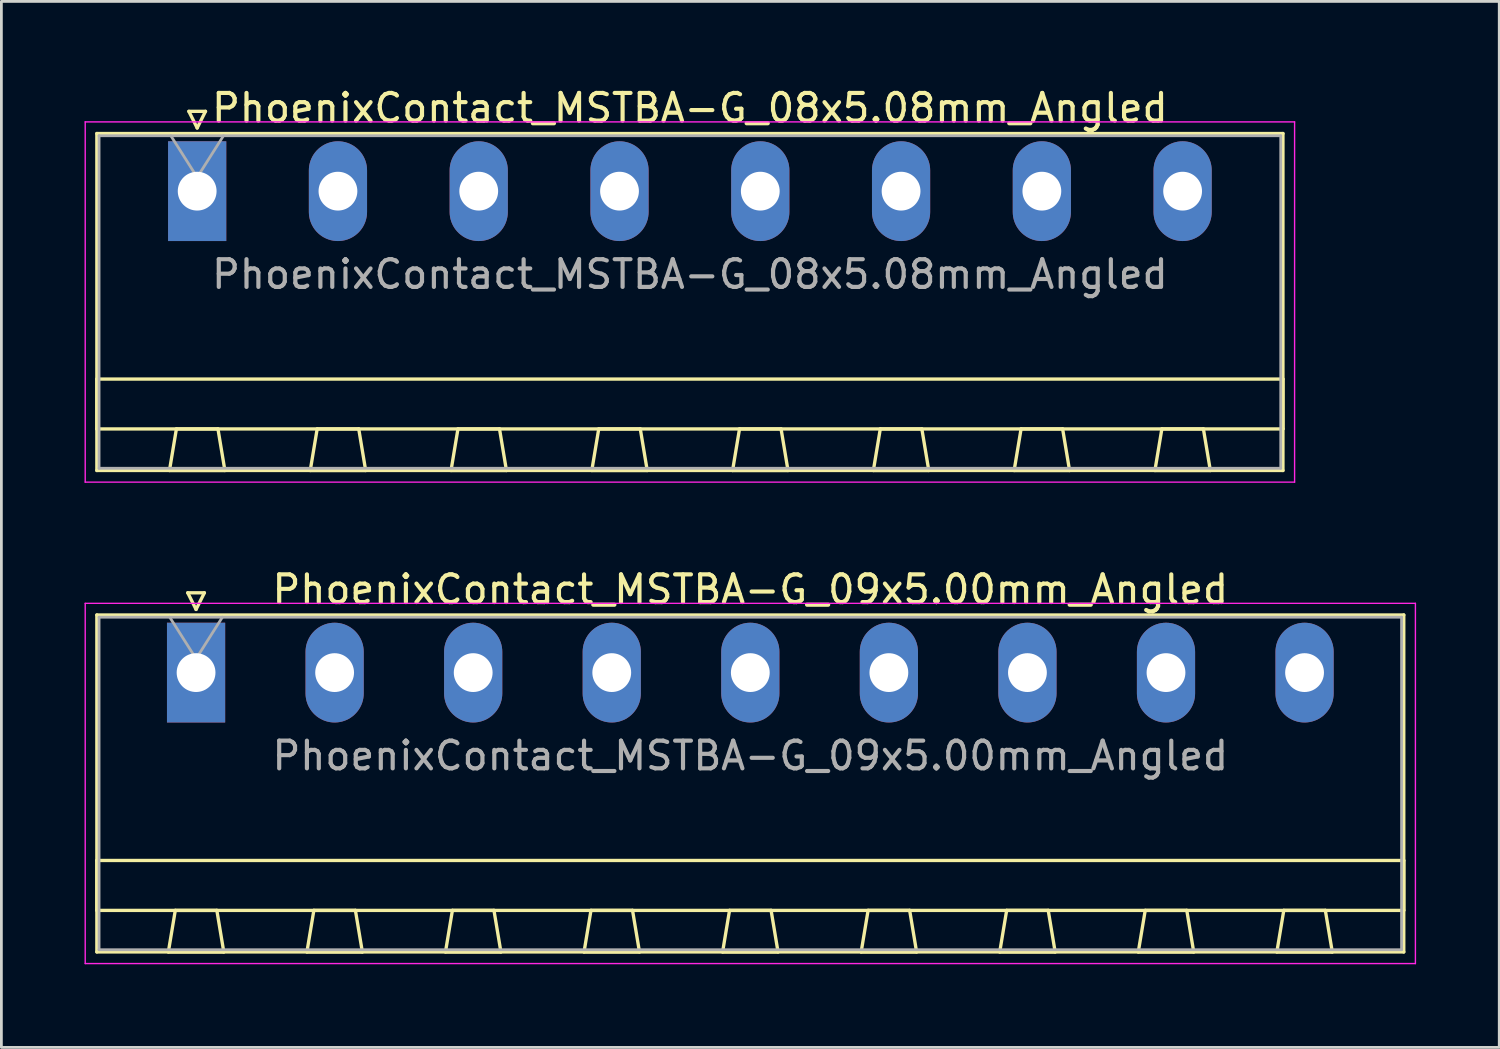
<source format=kicad_pcb>
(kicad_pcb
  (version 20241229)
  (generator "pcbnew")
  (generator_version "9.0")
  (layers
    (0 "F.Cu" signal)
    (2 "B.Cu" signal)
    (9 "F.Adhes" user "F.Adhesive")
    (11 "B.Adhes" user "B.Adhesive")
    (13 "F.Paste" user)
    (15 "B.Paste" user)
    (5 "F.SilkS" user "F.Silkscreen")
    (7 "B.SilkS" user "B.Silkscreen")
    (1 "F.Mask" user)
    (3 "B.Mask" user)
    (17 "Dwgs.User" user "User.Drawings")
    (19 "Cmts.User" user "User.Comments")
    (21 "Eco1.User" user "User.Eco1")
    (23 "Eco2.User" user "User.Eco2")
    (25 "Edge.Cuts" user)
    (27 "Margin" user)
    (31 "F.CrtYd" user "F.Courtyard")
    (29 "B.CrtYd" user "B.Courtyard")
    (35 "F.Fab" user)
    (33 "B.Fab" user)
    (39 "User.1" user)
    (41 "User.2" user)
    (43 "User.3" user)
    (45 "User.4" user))
  (footprint "PhoenixContact_MSTBA-G_09x5.00mm_Angled"
    (layer "F.Cu")
    (at 4.025 21.221)
    (property "Reference" "PhoenixContact_MSTBA-G_09x5.00mm_Angled" (at 20 -3 0) (layer "F.SilkS") (effects (font (size 1 1) (thickness 0.15))))
    (attr through_hole)
    (fp_line (start -3.58 -2.08) (end -3.58 10.08) (stroke (width 0.12) (type solid)) (layer "F.SilkS"))
    (fp_line (start -3.58 6.78) (end 43.58 6.78) (stroke (width 0.12) (type solid)) (layer "F.SilkS"))
    (fp_line (start -3.58 8.58) (end -3.58 6.78) (stroke (width 0.12) (type solid)) (layer "F.SilkS"))
    (fp_line (start -3.58 10.08) (end 43.58 10.08) (stroke (width 0.12) (type solid)) (layer "F.SilkS"))
    (fp_line (start -1 10.08) (end 1 10.08) (stroke (width 0.12) (type solid)) (layer "F.SilkS"))
    (fp_line (start -0.75 8.58) (end -1 10.08) (stroke (width 0.12) (type solid)) (layer "F.SilkS"))
    (fp_line (start -0.3 -2.88) (end 0.3 -2.88) (stroke (width 0.12) (type solid)) (layer "F.SilkS"))
    (fp_line (start 0 -2.28) (end -0.3 -2.88) (stroke (width 0.12) (type solid)) (layer "F.SilkS"))
    (fp_line (start 0.3 -2.88) (end 0 -2.28) (stroke (width 0.12) (type solid)) (layer "F.SilkS"))
    (fp_line (start 0.75 8.58) (end -0.75 8.58) (stroke (width 0.12) (type solid)) (layer "F.SilkS"))
    (fp_line (start 1 10.08) (end 0.75 8.58) (stroke (width 0.12) (type solid)) (layer "F.SilkS"))
    (fp_line (start 4 10.08) (end 6 10.08) (stroke (width 0.12) (type solid)) (layer "F.SilkS"))
    (fp_line (start 4.25 8.58) (end 4 10.08) (stroke (width 0.12) (type solid)) (layer "F.SilkS"))
    (fp_line (start 5.75 8.58) (end 4.25 8.58) (stroke (width 0.12) (type solid)) (layer "F.SilkS"))
    (fp_line (start 6 10.08) (end 5.75 8.58) (stroke (width 0.12) (type solid)) (layer "F.SilkS"))
    (fp_line (start 9 10.08) (end 11 10.08) (stroke (width 0.12) (type solid)) (layer "F.SilkS"))
    (fp_line (start 9.25 8.58) (end 9 10.08) (stroke (width 0.12) (type solid)) (layer "F.SilkS"))
    (fp_line (start 10.75 8.58) (end 9.25 8.58) (stroke (width 0.12) (type solid)) (layer "F.SilkS"))
    (fp_line (start 11 10.08) (end 10.75 8.58) (stroke (width 0.12) (type solid)) (layer "F.SilkS"))
    (fp_line (start 14 10.08) (end 16 10.08) (stroke (width 0.12) (type solid)) (layer "F.SilkS"))
    (fp_line (start 14.25 8.58) (end 14 10.08) (stroke (width 0.12) (type solid)) (layer "F.SilkS"))
    (fp_line (start 15.75 8.58) (end 14.25 8.58) (stroke (width 0.12) (type solid)) (layer "F.SilkS"))
    (fp_line (start 16 10.08) (end 15.75 8.58) (stroke (width 0.12) (type solid)) (layer "F.SilkS"))
    (fp_line (start 19 10.08) (end 21 10.08) (stroke (width 0.12) (type solid)) (layer "F.SilkS"))
    (fp_line (start 19.25 8.58) (end 19 10.08) (stroke (width 0.12) (type solid)) (layer "F.SilkS"))
    (fp_line (start 20.75 8.58) (end 19.25 8.58) (stroke (width 0.12) (type solid)) (layer "F.SilkS"))
    (fp_line (start 21 10.08) (end 20.75 8.58) (stroke (width 0.12) (type solid)) (layer "F.SilkS"))
    (fp_line (start 24 10.08) (end 26 10.08) (stroke (width 0.12) (type solid)) (layer "F.SilkS"))
    (fp_line (start 24.25 8.58) (end 24 10.08) (stroke (width 0.12) (type solid)) (layer "F.SilkS"))
    (fp_line (start 25.75 8.58) (end 24.25 8.58) (stroke (width 0.12) (type solid)) (layer "F.SilkS"))
    (fp_line (start 26 10.08) (end 25.75 8.58) (stroke (width 0.12) (type solid)) (layer "F.SilkS"))
    (fp_line (start 29 10.08) (end 31 10.08) (stroke (width 0.12) (type solid)) (layer "F.SilkS"))
    (fp_line (start 29.25 8.58) (end 29 10.08) (stroke (width 0.12) (type solid)) (layer "F.SilkS"))
    (fp_line (start 30.75 8.58) (end 29.25 8.58) (stroke (width 0.12) (type solid)) (layer "F.SilkS"))
    (fp_line (start 31 10.08) (end 30.75 8.58) (stroke (width 0.12) (type solid)) (layer "F.SilkS"))
    (fp_line (start 34 10.08) (end 36 10.08) (stroke (width 0.12) (type solid)) (layer "F.SilkS"))
    (fp_line (start 34.25 8.58) (end 34 10.08) (stroke (width 0.12) (type solid)) (layer "F.SilkS"))
    (fp_line (start 35.75 8.58) (end 34.25 8.58) (stroke (width 0.12) (type solid)) (layer "F.SilkS"))
    (fp_line (start 36 10.08) (end 35.75 8.58) (stroke (width 0.12) (type solid)) (layer "F.SilkS"))
    (fp_line (start 39 10.08) (end 41 10.08) (stroke (width 0.12) (type solid)) (layer "F.SilkS"))
    (fp_line (start 39.25 8.58) (end 39 10.08) (stroke (width 0.12) (type solid)) (layer "F.SilkS"))
    (fp_line (start 40.75 8.58) (end 39.25 8.58) (stroke (width 0.12) (type solid)) (layer "F.SilkS"))
    (fp_line (start 41 10.08) (end 40.75 8.58) (stroke (width 0.12) (type solid)) (layer "F.SilkS"))
    (fp_line (start 43.58 -2.08) (end -3.58 -2.08) (stroke (width 0.12) (type solid)) (layer "F.SilkS"))
    (fp_line (start 43.58 6.78) (end 43.58 8.58) (stroke (width 0.12) (type solid)) (layer "F.SilkS"))
    (fp_line (start 43.58 8.58) (end -3.58 8.58) (stroke (width 0.12) (type solid)) (layer "F.SilkS"))
    (fp_line (start 43.58 10.08) (end 43.58 -2.08) (stroke (width 0.12) (type solid)) (layer "F.SilkS"))
    (fp_line (start -4 -2.5) (end -4 10.5) (stroke (width 0.05) (type solid)) (layer "F.CrtYd"))
    (fp_line (start -4 10.5) (end 44 10.5) (stroke (width 0.05) (type solid)) (layer "F.CrtYd"))
    (fp_line (start 44 -2.5) (end -4 -2.5) (stroke (width 0.05) (type solid)) (layer "F.CrtYd"))
    (fp_line (start 44 10.5) (end 44 -2.5) (stroke (width 0.05) (type solid)) (layer "F.CrtYd"))
    (fp_line (start -3.5 -2) (end -3.5 10) (stroke (width 0.1) (type solid)) (layer "F.Fab"))
    (fp_line (start -3.5 10) (end 43.5 10) (stroke (width 0.1) (type solid)) (layer "F.Fab"))
    (fp_line (start 0 -0.5) (end -0.95 -2) (stroke (width 0.1) (type solid)) (layer "F.Fab"))
    (fp_line (start 0.95 -2) (end 0 -0.5) (stroke (width 0.1) (type solid)) (layer "F.Fab"))
    (fp_line (start 43.5 -2) (end -3.5 -2) (stroke (width 0.1) (type solid)) (layer "F.Fab"))
    (fp_line (start 43.5 10) (end 43.5 -2) (stroke (width 0.1) (type solid)) (layer "F.Fab"))
    (fp_text user "${REFERENCE}" (at 20 3 0) (layer "F.Fab") (effects (font (size 1 1) (thickness 0.15))))
    (pad "1" thru_hole rect (at 0 0) (size 2.1 3.6) (drill 1.4) (layers "*.Cu" "*.Mask"))
    (pad "2" thru_hole oval (at 5 0) (size 2.1 3.6) (drill 1.4) (layers "*.Cu" "*.Mask"))
    (pad "3" thru_hole oval (at 10 0) (size 2.1 3.6) (drill 1.4) (layers "*.Cu" "*.Mask"))
    (pad "4" thru_hole oval (at 15 0) (size 2.1 3.6) (drill 1.4) (layers "*.Cu" "*.Mask"))
    (pad "5" thru_hole oval (at 20 0) (size 2.1 3.6) (drill 1.4) (layers "*.Cu" "*.Mask"))
    (pad "6" thru_hole oval (at 25 0) (size 2.1 3.6) (drill 1.4) (layers "*.Cu" "*.Mask"))
    (pad "7" thru_hole oval (at 30 0) (size 2.1 3.6) (drill 1.4) (layers "*.Cu" "*.Mask"))
    (pad "8" thru_hole oval (at 35 0) (size 2.1 3.6) (drill 1.4) (layers "*.Cu" "*.Mask"))
    (pad "9" thru_hole oval (at 40 0) (size 2.1 3.6) (drill 1.4) (layers "*.Cu" "*.Mask")))
  (footprint "PhoenixContact_MSTBA-G_08x5.08mm_Angled"
    (layer "F.Cu")
    (at 4.065 3.848)
    (property "Reference" "PhoenixContact_MSTBA-G_08x5.08mm_Angled" (at 17.78 -3 0) (layer "F.SilkS") (effects (font (size 1 1) (thickness 0.15))))
    (attr through_hole)
    (fp_line (start -3.62 -2.08) (end -3.62 10.08) (stroke (width 0.12) (type solid)) (layer "F.SilkS"))
    (fp_line (start -3.62 6.78) (end 39.18 6.78) (stroke (width 0.12) (type solid)) (layer "F.SilkS"))
    (fp_line (start -3.62 8.58) (end -3.62 6.78) (stroke (width 0.12) (type solid)) (layer "F.SilkS"))
    (fp_line (start -3.62 10.08) (end 39.18 10.08) (stroke (width 0.12) (type solid)) (layer "F.SilkS"))
    (fp_line (start -1 10.08) (end 1 10.08) (stroke (width 0.12) (type solid)) (layer "F.SilkS"))
    (fp_line (start -0.75 8.58) (end -1 10.08) (stroke (width 0.12) (type solid)) (layer "F.SilkS"))
    (fp_line (start -0.3 -2.88) (end 0.3 -2.88) (stroke (width 0.12) (type solid)) (layer "F.SilkS"))
    (fp_line (start 0 -2.28) (end -0.3 -2.88) (stroke (width 0.12) (type solid)) (layer "F.SilkS"))
    (fp_line (start 0.3 -2.88) (end 0 -2.28) (stroke (width 0.12) (type solid)) (layer "F.SilkS"))
    (fp_line (start 0.75 8.58) (end -0.75 8.58) (stroke (width 0.12) (type solid)) (layer "F.SilkS"))
    (fp_line (start 1 10.08) (end 0.75 8.58) (stroke (width 0.12) (type solid)) (layer "F.SilkS"))
    (fp_line (start 4.08 10.08) (end 6.08 10.08) (stroke (width 0.12) (type solid)) (layer "F.SilkS"))
    (fp_line (start 4.33 8.58) (end 4.08 10.08) (stroke (width 0.12) (type solid)) (layer "F.SilkS"))
    (fp_line (start 5.83 8.58) (end 4.33 8.58) (stroke (width 0.12) (type solid)) (layer "F.SilkS"))
    (fp_line (start 6.08 10.08) (end 5.83 8.58) (stroke (width 0.12) (type solid)) (layer "F.SilkS"))
    (fp_line (start 9.16 10.08) (end 11.16 10.08) (stroke (width 0.12) (type solid)) (layer "F.SilkS"))
    (fp_line (start 9.41 8.58) (end 9.16 10.08) (stroke (width 0.12) (type solid)) (layer "F.SilkS"))
    (fp_line (start 10.91 8.58) (end 9.41 8.58) (stroke (width 0.12) (type solid)) (layer "F.SilkS"))
    (fp_line (start 11.16 10.08) (end 10.91 8.58) (stroke (width 0.12) (type solid)) (layer "F.SilkS"))
    (fp_line (start 14.24 10.08) (end 16.24 10.08) (stroke (width 0.12) (type solid)) (layer "F.SilkS"))
    (fp_line (start 14.49 8.58) (end 14.24 10.08) (stroke (width 0.12) (type solid)) (layer "F.SilkS"))
    (fp_line (start 15.99 8.58) (end 14.49 8.58) (stroke (width 0.12) (type solid)) (layer "F.SilkS"))
    (fp_line (start 16.24 10.08) (end 15.99 8.58) (stroke (width 0.12) (type solid)) (layer "F.SilkS"))
    (fp_line (start 19.32 10.08) (end 21.32 10.08) (stroke (width 0.12) (type solid)) (layer "F.SilkS"))
    (fp_line (start 19.57 8.58) (end 19.32 10.08) (stroke (width 0.12) (type solid)) (layer "F.SilkS"))
    (fp_line (start 21.07 8.58) (end 19.57 8.58) (stroke (width 0.12) (type solid)) (layer "F.SilkS"))
    (fp_line (start 21.32 10.08) (end 21.07 8.58) (stroke (width 0.12) (type solid)) (layer "F.SilkS"))
    (fp_line (start 24.4 10.08) (end 26.4 10.08) (stroke (width 0.12) (type solid)) (layer "F.SilkS"))
    (fp_line (start 24.65 8.58) (end 24.4 10.08) (stroke (width 0.12) (type solid)) (layer "F.SilkS"))
    (fp_line (start 26.15 8.58) (end 24.65 8.58) (stroke (width 0.12) (type solid)) (layer "F.SilkS"))
    (fp_line (start 26.4 10.08) (end 26.15 8.58) (stroke (width 0.12) (type solid)) (layer "F.SilkS"))
    (fp_line (start 29.48 10.08) (end 31.48 10.08) (stroke (width 0.12) (type solid)) (layer "F.SilkS"))
    (fp_line (start 29.73 8.58) (end 29.48 10.08) (stroke (width 0.12) (type solid)) (layer "F.SilkS"))
    (fp_line (start 31.23 8.58) (end 29.73 8.58) (stroke (width 0.12) (type solid)) (layer "F.SilkS"))
    (fp_line (start 31.48 10.08) (end 31.23 8.58) (stroke (width 0.12) (type solid)) (layer "F.SilkS"))
    (fp_line (start 34.56 10.08) (end 36.56 10.08) (stroke (width 0.12) (type solid)) (layer "F.SilkS"))
    (fp_line (start 34.81 8.58) (end 34.56 10.08) (stroke (width 0.12) (type solid)) (layer "F.SilkS"))
    (fp_line (start 36.31 8.58) (end 34.81 8.58) (stroke (width 0.12) (type solid)) (layer "F.SilkS"))
    (fp_line (start 36.56 10.08) (end 36.31 8.58) (stroke (width 0.12) (type solid)) (layer "F.SilkS"))
    (fp_line (start 39.18 -2.08) (end -3.62 -2.08) (stroke (width 0.12) (type solid)) (layer "F.SilkS"))
    (fp_line (start 39.18 6.78) (end 39.18 8.58) (stroke (width 0.12) (type solid)) (layer "F.SilkS"))
    (fp_line (start 39.18 8.58) (end -3.62 8.58) (stroke (width 0.12) (type solid)) (layer "F.SilkS"))
    (fp_line (start 39.18 10.08) (end 39.18 -2.08) (stroke (width 0.12) (type solid)) (layer "F.SilkS"))
    (fp_line (start -4.04 -2.5) (end -4.04 10.5) (stroke (width 0.05) (type solid)) (layer "F.CrtYd"))
    (fp_line (start -4.04 10.5) (end 39.6 10.5) (stroke (width 0.05) (type solid)) (layer "F.CrtYd"))
    (fp_line (start 39.6 -2.5) (end -4.04 -2.5) (stroke (width 0.05) (type solid)) (layer "F.CrtYd"))
    (fp_line (start 39.6 10.5) (end 39.6 -2.5) (stroke (width 0.05) (type solid)) (layer "F.CrtYd"))
    (fp_line (start -3.54 -2) (end -3.54 10) (stroke (width 0.1) (type solid)) (layer "F.Fab"))
    (fp_line (start -3.54 10) (end 39.1 10) (stroke (width 0.1) (type solid)) (layer "F.Fab"))
    (fp_line (start 0 -0.5) (end -0.95 -2) (stroke (width 0.1) (type solid)) (layer "F.Fab"))
    (fp_line (start 0.95 -2) (end 0 -0.5) (stroke (width 0.1) (type solid)) (layer "F.Fab"))
    (fp_line (start 39.1 -2) (end -3.54 -2) (stroke (width 0.1) (type solid)) (layer "F.Fab"))
    (fp_line (start 39.1 10) (end 39.1 -2) (stroke (width 0.1) (type solid)) (layer "F.Fab"))
    (fp_text user "${REFERENCE}" (at 17.78 3 0) (layer "F.Fab") (effects (font (size 1 1) (thickness 0.15))))
    (pad "1" thru_hole rect (at 0 0) (size 2.1 3.6) (drill 1.4) (layers "*.Cu" "*.Mask"))
    (pad "2" thru_hole oval (at 5.08 0) (size 2.1 3.6) (drill 1.4) (layers "*.Cu" "*.Mask"))
    (pad "3" thru_hole oval (at 10.16 0) (size 2.1 3.6) (drill 1.4) (layers "*.Cu" "*.Mask"))
    (pad "4" thru_hole oval (at 15.24 0) (size 2.1 3.6) (drill 1.4) (layers "*.Cu" "*.Mask"))
    (pad "5" thru_hole oval (at 20.32 0) (size 2.1 3.6) (drill 1.4) (layers "*.Cu" "*.Mask"))
    (pad "6" thru_hole oval (at 25.4 0) (size 2.1 3.6) (drill 1.4) (layers "*.Cu" "*.Mask"))
    (pad "7" thru_hole oval (at 30.48 0) (size 2.1 3.6) (drill 1.4) (layers "*.Cu" "*.Mask"))
    (pad "8" thru_hole oval (at 35.56 0) (size 2.1 3.6) (drill 1.4) (layers "*.Cu" "*.Mask")))
  (gr_rect
    (start -3 -3)
    (end 51.05 34.746)
    (stroke (width 0.1) (type default))
    (fill no)
    (layer "Edge.Cuts")))
</source>
